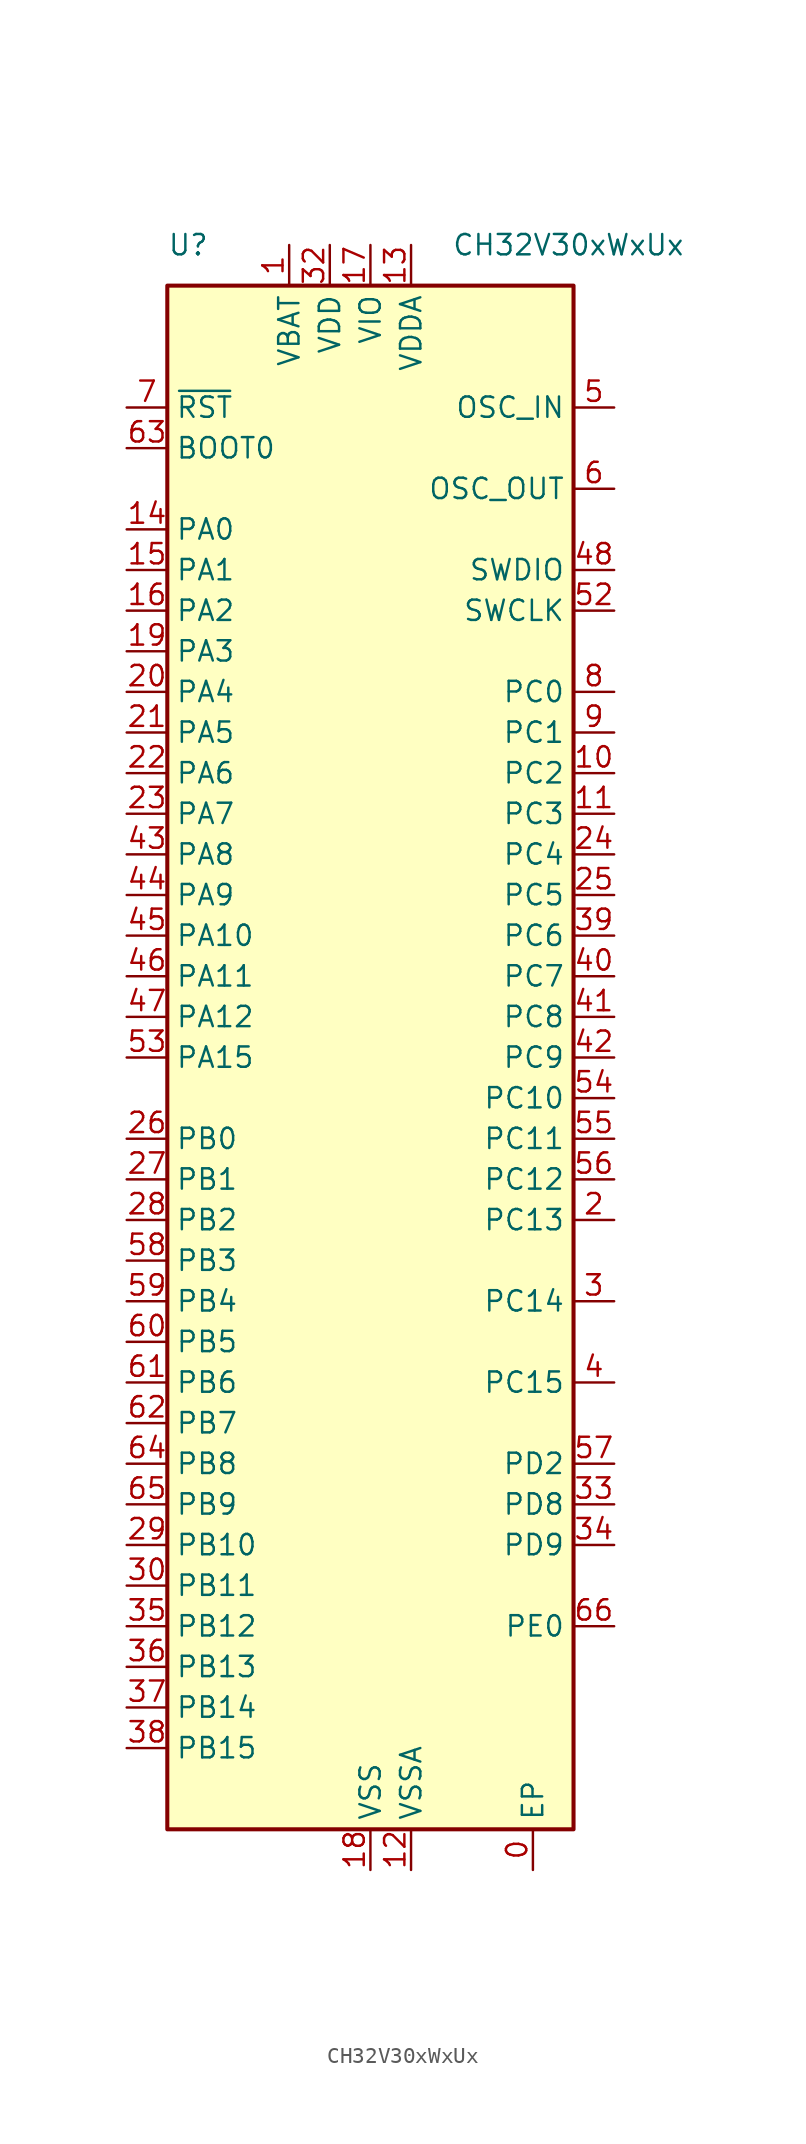
<source format=kicad_sym>
(kicad_symbol_lib
  (version 20231120)
  (generator "kicad_symbol_editor")
  (generator_version "8.0")
  (symbol "CH32V30xWxUx"
    (property "Reference" "U"
      (at -12.7 50.8 0)
      (effects (font (size 1.27 1.27)) (justify left)))
    (property "Value" "CH32V30xWxUx"
      (at 5.08 50.8 0)
      (effects (font (size 1.27 1.27)) (justify left)))
    (symbol "CH32V30xWxUx_0_0"
      (pin power_in line (at -5.08 50.8 270) (length 2.54) (name "VBAT" (effects (font (size 1.27 1.27)))) (number "1" (effects (font (size 1.27 1.27)))))
      (pin power_in line (at 2.54 -50.8 90) (length 2.54) (name "VSSA" (effects (font (size 1.27 1.27)))) (number "12" (effects (font (size 1.27 1.27)))))
      (pin power_in line (at 2.54 50.8 270) (length 2.54) (name "VDDA" (effects (font (size 1.27 1.27)))) (number "13" (effects (font (size 1.27 1.27)))))
      (pin power_in line (at 0 50.8 270) (length 2.54) (name "VIO" (effects (font (size 1.27 1.27)))) (number "17" (effects (font (size 1.27 1.27)))))
      (pin power_in line (at 0 -50.8 90) (length 2.54) (name "VSS" (effects (font (size 1.27 1.27)))) (number "18" (effects (font (size 1.27 1.27)))))
      (pin power_in line (at -2.54 50.8 270) (length 2.54) (name "VDD" (effects (font (size 1.27 1.27)))) (number "32" (effects (font (size 1.27 1.27)))))
      (pin input line (at -15.24 38.1 0) (length 2.54) (name "BOOT0" (effects (font (size 1.27 1.27)))) (number "63" (effects (font (size 1.27 1.27))))))
    (symbol "CH32V30xWxUx_1_0"
      (pin bidirectional line (at 15.24 17.78 180) (length 2.54) (name "PC2" (effects (font (size 1.27 1.27)))) (number "10" (effects (font (size 1.27 1.27)))) (alternate "ADC_IN12" bidirectional line) (alternate "ETH_MII_TXD2" bidirectional line) (alternate "ETH_RGMII_RXD0" bidirectional line) (alternate "OPA3_CH1N" bidirectional line) (alternate "TIM9_CH3N" bidirectional line) (alternate "UART7_TX" bidirectional line))
      (pin bidirectional line (at 15.24 15.24 180) (length 2.54) (name "PC3" (effects (font (size 1.27 1.27)))) (number "11" (effects (font (size 1.27 1.27)))) (alternate "ADC_IN13" bidirectional line) (alternate "ETH_MII_TX_CLK" bidirectional line) (alternate "ETH_RGMII_RXD1" bidirectional line) (alternate "OPA4_CH1N" bidirectional line) (alternate "TIM10_CH3" bidirectional line) (alternate "UART7_RX" bidirectional line))
      (pin bidirectional line (at -15.24 33.02 0) (length 2.54) (name "PA0" (effects (font (size 1.27 1.27)))) (number "14" (effects (font (size 1.27 1.27)))) (alternate "ADC_IN0" bidirectional line) (alternate "ETH_MII_CRS_WKUP" bidirectional line) (alternate "ETH_RGMII_RXD2" bidirectional line) (alternate "OPA4_OUT0" bidirectional line) (alternate "TIM2_CH1_ETR" bidirectional line) (alternate "TIM2_CH1_ETR_2" bidirectional line) (alternate "TIM5_CH1" bidirectional line) (alternate "TIM8_ETR" bidirectional line) (alternate "TIM8_ETR_1" bidirectional line) (alternate "USART2_CTS" bidirectional line) (alternate "WKUP" bidirectional line))
      (pin bidirectional line (at -15.24 30.48 0) (length 2.54) (name "PA1" (effects (font (size 1.27 1.27)))) (number "15" (effects (font (size 1.27 1.27)))) (alternate "ADC_IN1" bidirectional line) (alternate "ETH_MII_RX_CLK" bidirectional line) (alternate "ETH_RGMII_RXD3" bidirectional line) (alternate "ETH_RMII_REF_CLK" bidirectional line) (alternate "OPA3_OUT0" bidirectional line) (alternate "TIM2_CH2" bidirectional line) (alternate "TIM2_CH2_3" bidirectional line) (alternate "TIM5_CH2" bidirectional line) (alternate "TIM9_BKIN_1" bidirectional line) (alternate "USART2_RTS" bidirectional line))
      (pin bidirectional line (at -15.24 27.94 0) (length 2.54) (name "PA2" (effects (font (size 1.27 1.27)))) (number "16" (effects (font (size 1.27 1.27)))) (alternate "ADC_IN2" bidirectional line) (alternate "ETH_MII_MDIO" bidirectional line) (alternate "ETH_RGMII_GXTC" bidirectional line) (alternate "ETH_RMII_MDIO" bidirectional line) (alternate "OPA2_OUT0" bidirectional line) (alternate "TIM2_CH3" bidirectional line) (alternate "TIM2_CH3_1" bidirectional line) (alternate "TIM5_CH3" bidirectional line) (alternate "TIM9_CH1" bidirectional line) (alternate "TIM9_CH1_ETR_1" bidirectional line) (alternate "TIM9_ETR" bidirectional line) (alternate "USART2_TX" bidirectional line))
      (pin bidirectional line (at -15.24 25.4 0) (length 2.54) (name "PA3" (effects (font (size 1.27 1.27)))) (number "19" (effects (font (size 1.27 1.27)))) (alternate "ADC_IN3" bidirectional line) (alternate "ETH_MII_COL" bidirectional line) (alternate "ETH_RGMII_TXEN" bidirectional line) (alternate "OPA1_OUT0" bidirectional line) (alternate "TIM2_CH4" bidirectional line) (alternate "TIM2_CH4_1" bidirectional line) (alternate "TIM5_CH4" bidirectional line) (alternate "TIM9_CH2" bidirectional line) (alternate "TIM9_CH2_1" bidirectional line) (alternate "USART2_RX" bidirectional line))
      (pin bidirectional line (at 15.24 -10.16 180) (length 2.54) (name "PC13" (effects (font (size 1.27 1.27)))) (number "2" (effects (font (size 1.27 1.27)))) (alternate "TAMPER-RTC" bidirectional line) (alternate "TIM8_CH4_1" bidirectional line))
      (pin bidirectional line (at -15.24 22.86 0) (length 2.54) (name "PA4" (effects (font (size 1.27 1.27)))) (number "20" (effects (font (size 1.27 1.27)))) (alternate "ADC_IN4" bidirectional line) (alternate "DAC_OUT1" bidirectional line) (alternate "I2S3_WS" bidirectional line) (alternate "SPI1_NSS" bidirectional line) (alternate "SPI3_NSS" bidirectional line) (alternate "TIM9_CH3" bidirectional line) (alternate "TIM9_CH3_1" bidirectional line) (alternate "USART2_CK" bidirectional line))
      (pin bidirectional line (at -15.24 20.32 0) (length 2.54) (name "PA5" (effects (font (size 1.27 1.27)))) (number "21" (effects (font (size 1.27 1.27)))) (alternate "ADC_IN5" bidirectional line) (alternate "DAC_OUT2" bidirectional line) (alternate "OPA2_CH1N" bidirectional line) (alternate "SPI1_SCK" bidirectional line) (alternate "TIM10_CH1N_1" bidirectional line) (alternate "USART1_CK_3" bidirectional line) (alternate "USART1_CTS_2" bidirectional line))
      (pin bidirectional line (at -15.24 17.78 0) (length 2.54) (name "PA6" (effects (font (size 1.27 1.27)))) (number "22" (effects (font (size 1.27 1.27)))) (alternate "ADC_IN6" bidirectional line) (alternate "OPA1_CH1N" bidirectional line) (alternate "SPI1_MISO" bidirectional line) (alternate "TIM10_CH2N_1" bidirectional line) (alternate "TIM1_BKIN_1" bidirectional line) (alternate "TIM3_CH1" bidirectional line) (alternate "TIM8_BKIN" bidirectional line) (alternate "USART1_TX_3" bidirectional line) (alternate "USART7_TX_1" bidirectional line))
      (pin bidirectional line (at -15.24 15.24 0) (length 2.54) (name "PA7" (effects (font (size 1.27 1.27)))) (number "23" (effects (font (size 1.27 1.27)))) (alternate "ADC_IN7" bidirectional line) (alternate "ETH_MII_RX_DV" bidirectional line) (alternate "ETH_RGMII_TXD0" bidirectional line) (alternate "ETH_RMII_CRS_DV" bidirectional line) (alternate "OPA2_CH1P" bidirectional line) (alternate "SPI1_MOSI" bidirectional line) (alternate "TIM10_CH3N_1" bidirectional line) (alternate "TIM1_CH1N_1" bidirectional line) (alternate "TIM3_CH2" bidirectional line) (alternate "TIM8_CH1N" bidirectional line) (alternate "USART1_RX_3" bidirectional line) (alternate "USART7_RX_1" bidirectional line))
      (pin bidirectional line (at 15.24 12.7 180) (length 2.54) (name "PC4" (effects (font (size 1.27 1.27)))) (number "24" (effects (font (size 1.27 1.27)))) (alternate "ADC_IN14" bidirectional line) (alternate "ETH_MII_RXD0" bidirectional line) (alternate "ETH_RGMII_TXD1" bidirectional line) (alternate "ETH_RMII_RXD0" bidirectional line) (alternate "OPA4_CH1P" bidirectional line) (alternate "TIM9_CH4" bidirectional line) (alternate "UART8_TX" bidirectional line) (alternate "USART1_CTS_3" bidirectional line))
      (pin bidirectional line (at 15.24 10.16 180) (length 2.54) (name "PC5" (effects (font (size 1.27 1.27)))) (number "25" (effects (font (size 1.27 1.27)))) (alternate "ADC_IN15" bidirectional line) (alternate "ETH_MII_RXD1" bidirectional line) (alternate "ETH_RGMII_TXD2" bidirectional line) (alternate "ETH_RMII_RDX1" bidirectional line) (alternate "OPA3_CH1P" bidirectional line) (alternate "TIM9_BKIN" bidirectional line) (alternate "UART8_RX" bidirectional line) (alternate "USART1_RTS_3" bidirectional line))
      (pin bidirectional line (at -15.24 -5.08 0) (length 2.54) (name "PB0" (effects (font (size 1.27 1.27)))) (number "26" (effects (font (size 1.27 1.27)))) (alternate "ADC_IN8" bidirectional line) (alternate "ETH_MII_RXD2" bidirectional line) (alternate "ETH_RGMII_TXD3" bidirectional line) (alternate "OPA1_CH1P" bidirectional line) (alternate "TIM1_CH2N_1" bidirectional line) (alternate "TIM3_CH3" bidirectional line) (alternate "TIM3_CH3_2" bidirectional line) (alternate "TIM8_CH2N" bidirectional line) (alternate "TIM9_CH1N_1" bidirectional line) (alternate "UART4_TX_1" bidirectional line))
      (pin bidirectional line (at -15.24 -7.62 0) (length 2.54) (name "PB1" (effects (font (size 1.27 1.27)))) (number "27" (effects (font (size 1.27 1.27)))) (alternate "ADC_IN9" bidirectional line) (alternate "ETH_MII_RXD3" bidirectional line) (alternate "ETH_RGMII_125IN" bidirectional line) (alternate "OPA4_CH0N" bidirectional line) (alternate "TIM1_CH3N_1" bidirectional line) (alternate "TIM3_CH4" bidirectional line) (alternate "TIM3_CH4_2" bidirectional line) (alternate "TIM8_CH3N" bidirectional line) (alternate "TIM9_CH2N_1" bidirectional line) (alternate "UART4_RX_1" bidirectional line))
      (pin bidirectional line (at -15.24 -10.16 0) (length 2.54) (name "PB2" (effects (font (size 1.27 1.27)))) (number "28" (effects (font (size 1.27 1.27)))) (alternate "BOOT1" bidirectional line) (alternate "OPA3_CH0N" bidirectional line) (alternate "TIM9_CH3N_1" bidirectional line))
      (pin bidirectional line (at -15.24 -30.48 0) (length 2.54) (name "PB10" (effects (font (size 1.27 1.27)))) (number "29" (effects (font (size 1.27 1.27)))) (alternate "ETH_MII_RX_ER" bidirectional line) (alternate "I2C2_SCL" bidirectional line) (alternate "OPA2_CH0N" bidirectional line) (alternate "TIM10_BKIN_1" bidirectional line) (alternate "TIM2_CH3_2" bidirectional line) (alternate "TIM2_CH3_3" bidirectional line) (alternate "USART3_TX" bidirectional line))
      (pin bidirectional line (at 15.24 -15.24 180) (length 2.54) (name "PC14" (effects (font (size 1.27 1.27)))) (number "3" (effects (font (size 1.27 1.27)))) (alternate "OSC32_IN" bidirectional line) (alternate "TIM9_CH4_1" bidirectional line))
      (pin bidirectional line (at -15.24 -33.02 0) (length 2.54) (name "PB11" (effects (font (size 1.27 1.27)))) (number "30" (effects (font (size 1.27 1.27)))) (alternate "ETH_MII_TX_EN" bidirectional line) (alternate "ETH_RMII_TX_EN" bidirectional line) (alternate "I2C2_SDA" bidirectional line) (alternate "OPA1_CH0N" bidirectional line) (alternate "TIM10_ETR_1" bidirectional line) (alternate "TIM2_CH4_2" bidirectional line) (alternate "TIM2_CH4_3" bidirectional line) (alternate "USART3_RX" bidirectional line))
      (pin passive line (at 0 50.8 270) (length 2.54) hide (name "VIO" (effects (font (size 1.27 1.27)))) (number "31" (effects (font (size 1.27 1.27)))))
      (pin bidirectional line (at 15.24 -27.94 180) (length 2.54) (name "PD8" (effects (font (size 1.27 1.27)))) (number "33" (effects (font (size 1.27 1.27)))) (alternate "ETH_MII_RX_DV" bidirectional line) (alternate "ETH_RMII_CRS_DV" bidirectional line) (alternate "TIM9_CH1N_2" bidirectional line) (alternate "USART3_TX_3" bidirectional line))
      (pin bidirectional line (at 15.24 -30.48 180) (length 2.54) (name "PD9" (effects (font (size 1.27 1.27)))) (number "34" (effects (font (size 1.27 1.27)))) (alternate "ETH_MII_RXD0" bidirectional line) (alternate "ETH_RMII_RXD0" bidirectional line) (alternate "TIM9_CH1_ETR_2" bidirectional line) (alternate "USART3_RX_3" bidirectional line))
      (pin bidirectional line (at -15.24 -35.56 0) (length 2.54) (name "PB12" (effects (font (size 1.27 1.27)))) (number "35" (effects (font (size 1.27 1.27)))) (alternate "CAN2_RX" bidirectional line) (alternate "ETH_MII_TXD0" bidirectional line) (alternate "ETH_RMII_TXD0" bidirectional line) (alternate "I2C2_SMBA" bidirectional line) (alternate "I2S2_WS" bidirectional line) (alternate "OPA4_CH0P" bidirectional line) (alternate "SPI2_NSS" bidirectional line) (alternate "TIM1_BKIN" bidirectional line) (alternate "USART3_CK" bidirectional line))
      (pin bidirectional line (at -15.24 -38.1 0) (length 2.54) (name "PB13" (effects (font (size 1.27 1.27)))) (number "36" (effects (font (size 1.27 1.27)))) (alternate "CAN2_TX" bidirectional line) (alternate "ETH_MII_TXD1" bidirectional line) (alternate "ETH_RMII_TXD1" bidirectional line) (alternate "I2S2_CK" bidirectional line) (alternate "OPA3_CH0P" bidirectional line) (alternate "SPI2_SCK" bidirectional line) (alternate "TIM1_CH1N" bidirectional line) (alternate "USART3_CTS" bidirectional line) (alternate "USART3_CTS_1" bidirectional line))
      (pin bidirectional line (at -15.24 -40.64 0) (length 2.54) (name "PB14" (effects (font (size 1.27 1.27)))) (number "37" (effects (font (size 1.27 1.27)))) (alternate "OPA2_CH0P" bidirectional line) (alternate "SDIO_D0" bidirectional line) (alternate "SPI2_MISO" bidirectional line) (alternate "TIM1_CH2N" bidirectional line) (alternate "USART3_RTS" bidirectional line) (alternate "USART3_RTS_1" bidirectional line))
      (pin bidirectional line (at -15.24 -43.18 0) (length 2.54) (name "PB15" (effects (font (size 1.27 1.27)))) (number "38" (effects (font (size 1.27 1.27)))) (alternate "I2S2_SD" bidirectional line) (alternate "OPA1_CH0P" bidirectional line) (alternate "SDIO_D1" bidirectional line) (alternate "SPI2_MOSI" bidirectional line) (alternate "TIM1_CH3N" bidirectional line) (alternate "USART1_TX_2" bidirectional line))
      (pin bidirectional line (at 15.24 7.62 180) (length 2.54) (name "PC6" (effects (font (size 1.27 1.27)))) (number "39" (effects (font (size 1.27 1.27)))) (alternate "ETH_RXP" bidirectional line) (alternate "I2S2_MCK" bidirectional line) (alternate "SDIO_D6" bidirectional line) (alternate "TIM3_CH1_3" bidirectional line) (alternate "TIM8_CH1" bidirectional line))
      (pin bidirectional line (at 15.24 -20.32 180) (length 2.54) (name "PC15" (effects (font (size 1.27 1.27)))) (number "4" (effects (font (size 1.27 1.27)))) (alternate "OSC32_OUT" bidirectional line) (alternate "TIM10_CH4_1" bidirectional line))
      (pin bidirectional line (at 15.24 5.08 180) (length 2.54) (name "PC7" (effects (font (size 1.27 1.27)))) (number "40" (effects (font (size 1.27 1.27)))) (alternate "ETH_RXN" bidirectional line) (alternate "I2S3_MCK" bidirectional line) (alternate "SDIO_D7" bidirectional line) (alternate "TIM3_CH2_3" bidirectional line) (alternate "TIM8_CH2" bidirectional line))
      (pin bidirectional line (at 15.24 2.54 180) (length 2.54) (name "PC8" (effects (font (size 1.27 1.27)))) (number "41" (effects (font (size 1.27 1.27)))) (alternate "ETH_TXP" bidirectional line) (alternate "SDIO_D0" bidirectional line) (alternate "TIM3_CH3_3" bidirectional line) (alternate "TIM8_CH3" bidirectional line))
      (pin bidirectional line (at 15.24 0 180) (length 2.54) (name "PC9" (effects (font (size 1.27 1.27)))) (number "42" (effects (font (size 1.27 1.27)))) (alternate "ETH_TXN" bidirectional line) (alternate "SDIO_D1" bidirectional line) (alternate "TIM3_CH4_3" bidirectional line) (alternate "TIM8_CH4" bidirectional line))
      (pin bidirectional line (at -15.24 12.7 0) (length 2.54) (name "PA8" (effects (font (size 1.27 1.27)))) (number "43" (effects (font (size 1.27 1.27)))) (alternate "MCO" bidirectional line) (alternate "TIM1_CH1" bidirectional line) (alternate "TIM1_CH1_1" bidirectional line) (alternate "USART1_CK" bidirectional line) (alternate "USART1_CK_1" bidirectional line) (alternate "USART1_RX_2" bidirectional line))
      (pin bidirectional line (at -15.24 10.16 0) (length 2.54) (name "PA9" (effects (font (size 1.27 1.27)))) (number "44" (effects (font (size 1.27 1.27)))) (alternate "ETH_TXN" bidirectional line) (alternate "SDIO_D1" bidirectional line) (alternate "TIM3_CH4_3" bidirectional line) (alternate "TIM8_CH4" bidirectional line))
      (pin bidirectional line (at -15.24 7.62 0) (length 2.54) (name "PA10" (effects (font (size 1.27 1.27)))) (number "45" (effects (font (size 1.27 1.27)))) (alternate "OTG_FS_ID" bidirectional line) (alternate "TIM1_CH3" bidirectional line) (alternate "TIM1_CH3_1" bidirectional line) (alternate "USART1_CK_2" bidirectional line) (alternate "USART1_RX" bidirectional line))
      (pin bidirectional line (at -15.24 5.08 0) (length 2.54) (name "PA11" (effects (font (size 1.27 1.27)))) (number "46" (effects (font (size 1.27 1.27)))) (alternate "CAN1_RX" bidirectional line) (alternate "OTG_FS_DM" bidirectional line) (alternate "TIM1_CH4" bidirectional line) (alternate "TIM1_CH4_1" bidirectional line) (alternate "USART1_CTS" bidirectional line) (alternate "USART1_CTS_1" bidirectional line))
      (pin bidirectional line (at -15.24 2.54 0) (length 2.54) (name "PA12" (effects (font (size 1.27 1.27)))) (number "47" (effects (font (size 1.27 1.27)))) (alternate "CAN1_TX" bidirectional line) (alternate "OTG_FS_DP" bidirectional line) (alternate "TIM10_CH1N" bidirectional line) (alternate "TIM1_ETR" bidirectional line) (alternate "TIM1_ETR_1" bidirectional line) (alternate "USART1_RTS" bidirectional line) (alternate "USART1_RTS_1" bidirectional line))
      (pin bidirectional line (at 15.24 30.48 180) (length 2.54) (name "SWDIO" (effects (font (size 1.27 1.27)))) (number "48" (effects (font (size 1.27 1.27)))) (alternate "PA13" bidirectional line) (alternate "TIM10_CH2N" bidirectional line) (alternate "TIM8_CH1N_1" bidirectional line) (alternate "USART3_TX_2" bidirectional line))
      (pin passive line (at 0 -50.8 90) (length 2.54) hide (name "VSS" (effects (font (size 1.27 1.27)))) (number "49" (effects (font (size 1.27 1.27)))))
      (pin bidirectional line (at 15.24 40.64 180) (length 2.54) (name "OSC_IN" (effects (font (size 1.27 1.27)))) (number "5" (effects (font (size 1.27 1.27)))) (alternate "PD0" bidirectional line))
      (pin passive line (at -2.54 50.8 270) (length 2.54) hide (name "VDD" (effects (font (size 1.27 1.27)))) (number "50" (effects (font (size 1.27 1.27)))))
      (pin passive line (at 0 50.8 270) (length 2.54) hide (name "VIO" (effects (font (size 1.27 1.27)))) (number "51" (effects (font (size 1.27 1.27)))))
      (pin bidirectional line (at 15.24 27.94 180) (length 2.54) (name "SWCLK" (effects (font (size 1.27 1.27)))) (number "52" (effects (font (size 1.27 1.27)))) (alternate "PA14" bidirectional line) (alternate "TIM10_CH3N" bidirectional line) (alternate "TIM8_CH2N_1" bidirectional line) (alternate "UART8_TX_1" bidirectional line) (alternate "USART3_RX_2" bidirectional line))
      (pin bidirectional line (at -15.24 0 0) (length 2.54) (name "PA15" (effects (font (size 1.27 1.27)))) (number "53" (effects (font (size 1.27 1.27)))) (alternate "I2S3_WS" bidirectional line) (alternate "SPI1_NSS" bidirectional line) (alternate "SPI3_NSS" bidirectional line) (alternate "TIM2_CH1_ETR_1" bidirectional line) (alternate "TIM2_CH1_ETR_3" bidirectional line) (alternate "TIM8_CH3N_1" bidirectional line) (alternate "UART8_RX_1" bidirectional line))
      (pin bidirectional line (at 15.24 -2.54 180) (length 2.54) (name "PC10" (effects (font (size 1.27 1.27)))) (number "54" (effects (font (size 1.27 1.27)))) (alternate "I2S3_CK" bidirectional line) (alternate "SDIO_D2" bidirectional line) (alternate "SPI3_SCK" bidirectional line) (alternate "TIM10_ETR" bidirectional line) (alternate "UART4_TX" bidirectional line) (alternate "USART3_TX_1" bidirectional line))
      (pin bidirectional line (at 15.24 -5.08 180) (length 2.54) (name "PC11" (effects (font (size 1.27 1.27)))) (number "55" (effects (font (size 1.27 1.27)))) (alternate "SDIO_D3" bidirectional line) (alternate "SPI3_MISO" bidirectional line) (alternate "TIM10_CH4" bidirectional line) (alternate "UART4_RX" bidirectional line) (alternate "USART3_RX_1" bidirectional line))
      (pin bidirectional line (at 15.24 -7.62 180) (length 2.54) (name "PC12" (effects (font (size 1.27 1.27)))) (number "56" (effects (font (size 1.27 1.27)))) (alternate "I2S3_SD" bidirectional line) (alternate "SDIO_CK" bidirectional line) (alternate "SPI3_MOSI" bidirectional line) (alternate "TIM10_BKIN" bidirectional line) (alternate "UART5_TX" bidirectional line) (alternate "USART3_CK_1" bidirectional line))
      (pin bidirectional line (at 15.24 -25.4 180) (length 2.54) (name "PD2" (effects (font (size 1.27 1.27)))) (number "57" (effects (font (size 1.27 1.27)))) (alternate "SDIO_CMD" bidirectional line) (alternate "TIM3_ETR" bidirectional line) (alternate "TIM3_ETR_2" bidirectional line) (alternate "TIM3_ETR_3" bidirectional line) (alternate "UART5_RX" bidirectional line))
      (pin bidirectional line (at -15.24 -12.7 0) (length 2.54) (name "PB3" (effects (font (size 1.27 1.27)))) (number "58" (effects (font (size 1.27 1.27)))) (alternate "I2S3_CK" bidirectional line) (alternate "SPI1_SCK" bidirectional line) (alternate "SPI3_SCK" bidirectional line) (alternate "TIM10_CH1_1" bidirectional line) (alternate "TIM2_CH2_1" bidirectional line) (alternate "TIM2_CH2_3" bidirectional line))
      (pin bidirectional line (at -15.24 -15.24 0) (length 2.54) (name "PB4" (effects (font (size 1.27 1.27)))) (number "59" (effects (font (size 1.27 1.27)))) (alternate "SPI1_MISO" bidirectional line) (alternate "SPI3_MISO" bidirectional line) (alternate "TIM10_CH2_1" bidirectional line) (alternate "TIM3_CH1_2" bidirectional line) (alternate "UART5_TX_1" bidirectional line))
      (pin bidirectional line (at 15.24 35.56 180) (length 2.54) (name "OSC_OUT" (effects (font (size 1.27 1.27)))) (number "6" (effects (font (size 1.27 1.27)))) (alternate "PD1" bidirectional line))
      (pin bidirectional line (at -15.24 -17.78 0) (length 2.54) (name "PB5" (effects (font (size 1.27 1.27)))) (number "60" (effects (font (size 1.27 1.27)))) (alternate "CAN2_RX" bidirectional line) (alternate "ETH_MII_PPS_OUT" bidirectional line) (alternate "ETH_RMII_PPS_OUT" bidirectional line) (alternate "I2C1_SMBA" bidirectional line) (alternate "I2S3_SD" bidirectional line) (alternate "SPI1_MOSI" bidirectional line) (alternate "SPI3_MOSI" bidirectional line) (alternate "TIM10_CH3_1" bidirectional line) (alternate "TIM3_CH2_2" bidirectional line) (alternate "UART5_RX_1" bidirectional line))
      (pin bidirectional line (at -15.24 -20.32 0) (length 2.54) (name "PB6" (effects (font (size 1.27 1.27)))) (number "61" (effects (font (size 1.27 1.27)))) (alternate "CAN2_TX" bidirectional line) (alternate "I2C1_SCL" bidirectional line) (alternate "TIM4_CH1" bidirectional line) (alternate "TIM8_CH1_1" bidirectional line) (alternate "USART1_TX_1" bidirectional line) (alternate "USBFS_DM" bidirectional line) (alternate "USBHS_DM" bidirectional line))
      (pin bidirectional line (at -15.24 -22.86 0) (length 2.54) (name "PB7" (effects (font (size 1.27 1.27)))) (number "62" (effects (font (size 1.27 1.27)))) (alternate "I2C1_SDA" bidirectional line) (alternate "TIM4_CH2" bidirectional line) (alternate "TIM8_CH2_1" bidirectional line) (alternate "USART1_RX_1" bidirectional line) (alternate "USBFS_DP" bidirectional line) (alternate "USBHS_DP" bidirectional line))
      (pin bidirectional line (at -15.24 -25.4 0) (length 2.54) (name "PB8" (effects (font (size 1.27 1.27)))) (number "64" (effects (font (size 1.27 1.27)))) (alternate "CAN1_RX" bidirectional line) (alternate "ETH_MII_TXD3" bidirectional line) (alternate "I2C1_SCL" bidirectional line) (alternate "SDIO_D4" bidirectional line) (alternate "TIM10_CH1" bidirectional line) (alternate "TIM4_CH3" bidirectional line) (alternate "TIM8_CH3_1" bidirectional line) (alternate "UART6_TX_1" bidirectional line))
      (pin bidirectional line (at -15.24 -27.94 0) (length 2.54) (name "PB9" (effects (font (size 1.27 1.27)))) (number "65" (effects (font (size 1.27 1.27)))) (alternate "CAN1_TX" bidirectional line) (alternate "I2C1_SDA" bidirectional line) (alternate "SDIO_D5" bidirectional line) (alternate "TIM10_CH2" bidirectional line) (alternate "TIM4_CH4" bidirectional line) (alternate "TIM8_BKIN_1" bidirectional line) (alternate "UART6_RX_1" bidirectional line))
      (pin bidirectional line (at 15.24 -35.56 180) (length 2.54) (name "PE0" (effects (font (size 1.27 1.27)))) (number "66" (effects (font (size 1.27 1.27)))) (alternate "TIM4_ETR" bidirectional line) (alternate "TIM4_ETR_1" bidirectional line))
      (pin passive line (at 0 50.8 270) (length 2.54) hide (name "VIO" (effects (font (size 1.27 1.27)))) (number "67" (effects (font (size 1.27 1.27)))))
      (pin passive line (at -2.54 50.8 270) (length 2.54) hide (name "VDD" (effects (font (size 1.27 1.27)))) (number "68" (effects (font (size 1.27 1.27)))))
      (pin passive line (at 0 -50.8 90) (length 2.54) hide (name "VSS" (effects (font (size 1.27 1.27)))) (number "69" (effects (font (size 1.27 1.27)))))
      (pin input line (at -15.24 40.64 0) (length 2.54) (name "~{RST}" (effects (font (size 1.27 1.27)))) (number "7" (effects (font (size 1.27 1.27)))))
      (pin bidirectional line (at 15.24 22.86 180) (length 2.54) (name "PC0" (effects (font (size 1.27 1.27)))) (number "8" (effects (font (size 1.27 1.27)))) (alternate "ADC_IN10" bidirectional line) (alternate "ETH_RGMII_RXC" bidirectional line) (alternate "TIM9_CH1N" bidirectional line) (alternate "UART6_TX" bidirectional line))
      (pin bidirectional line (at 15.24 20.32 180) (length 2.54) (name "PC1" (effects (font (size 1.27 1.27)))) (number "9" (effects (font (size 1.27 1.27)))) (alternate "ADC_IN11" bidirectional line) (alternate "ETH_MII_MDC" bidirectional line) (alternate "ETH_RGMII_RXCTL" bidirectional line) (alternate "ETH_RMII_MDC" bidirectional line) (alternate "TIM9_CH2N" bidirectional line) (alternate "UART6_RX" bidirectional line)))
    (symbol "CH32V30xWxUx_1_1"
      (rectangle (start -12.7 48.26) (end 12.7 -48.26) (stroke (width 0.254) (type default)) (fill (type background)))
      (pin power_in line (at 10.16 -50.8 90) (length 2.54) (name "EP" (effects (font (size 1.27 1.27)))) (number "0" (effects (font (size 1.27 1.27))))))))
</source>
